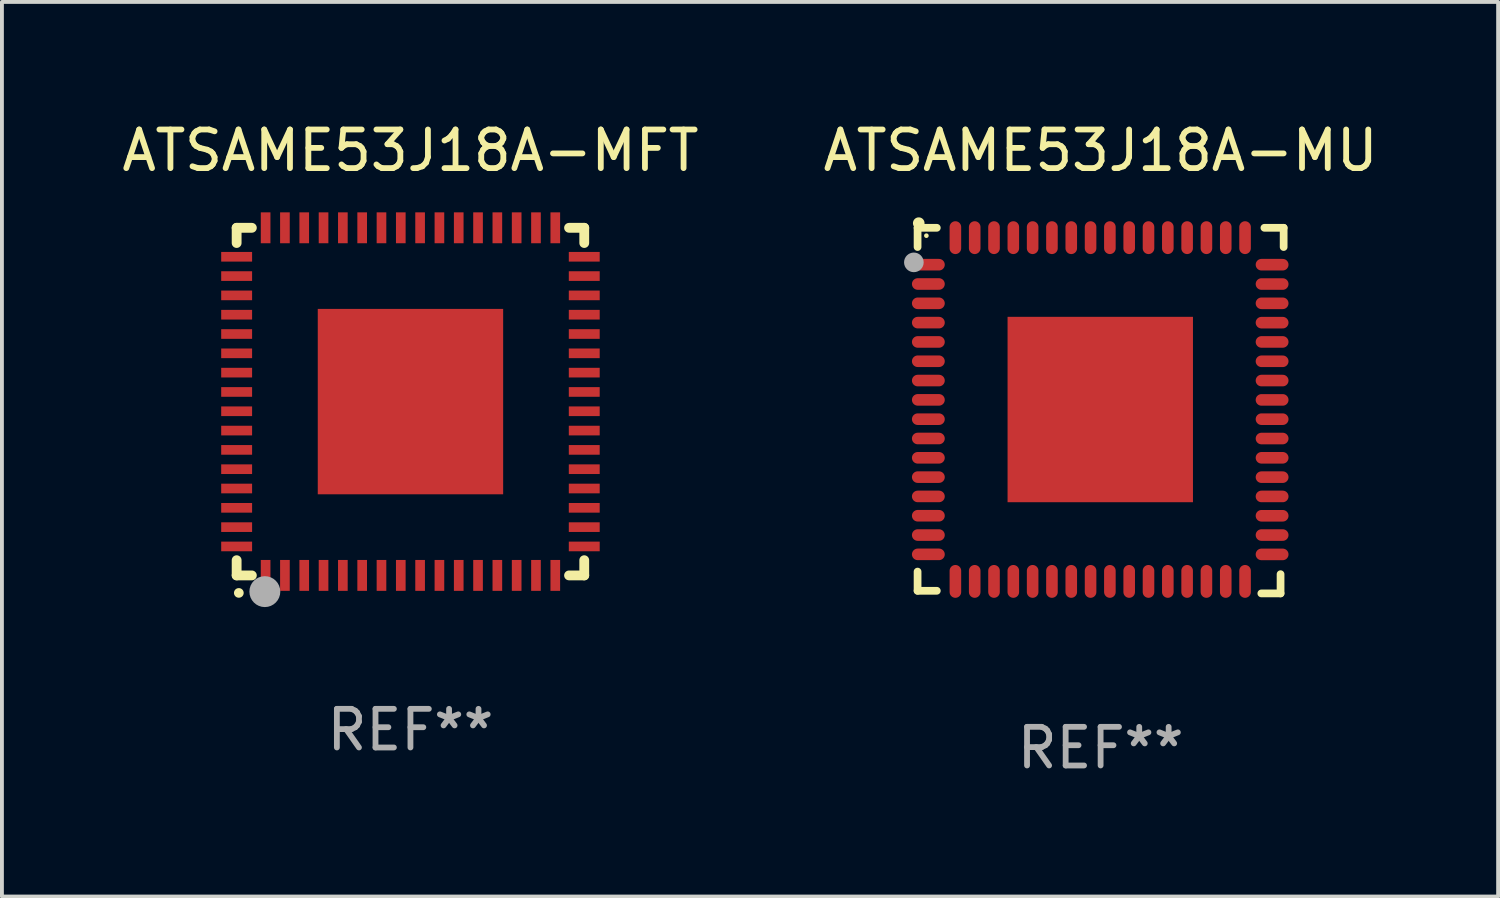
<source format=kicad_pcb>
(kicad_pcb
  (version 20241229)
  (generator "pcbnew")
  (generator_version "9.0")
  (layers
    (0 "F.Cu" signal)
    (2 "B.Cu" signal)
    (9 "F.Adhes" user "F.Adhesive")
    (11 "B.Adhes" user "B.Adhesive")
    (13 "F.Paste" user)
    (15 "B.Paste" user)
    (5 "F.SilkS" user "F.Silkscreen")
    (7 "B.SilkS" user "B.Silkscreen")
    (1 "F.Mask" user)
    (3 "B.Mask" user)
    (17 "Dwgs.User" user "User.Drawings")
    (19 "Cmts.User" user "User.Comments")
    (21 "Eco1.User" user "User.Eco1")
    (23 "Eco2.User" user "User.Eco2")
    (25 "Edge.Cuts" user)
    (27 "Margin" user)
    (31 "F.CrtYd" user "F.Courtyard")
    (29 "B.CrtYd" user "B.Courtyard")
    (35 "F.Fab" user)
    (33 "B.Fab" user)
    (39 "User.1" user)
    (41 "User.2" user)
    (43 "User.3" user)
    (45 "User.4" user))
  (footprint "ATSAME53J18A-MFT"
    (layer "F.Cu")
    (at 7.577 7.348)
    (property "Reference" "ATSAME53J18A-MFT" (at 0 -6.5 0) (layer "F.SilkS") (effects (font (size 1 1) (thickness 0.15))))
    (attr through_hole)
    (fp_line (start -4.5 -4.5) (end -4.106 -4.5) (stroke (width 0.254) (type solid)) (layer "F.SilkS"))
    (fp_line (start -4.5 -4.106) (end -4.5 -4.5) (stroke (width 0.254) (type solid)) (layer "F.SilkS"))
    (fp_line (start -4.5 4.5) (end -4.5 4.106) (stroke (width 0.254) (type solid)) (layer "F.SilkS"))
    (fp_line (start -4.106 4.5) (end -4.5 4.5) (stroke (width 0.254) (type solid)) (layer "F.SilkS"))
    (fp_line (start 4.106 -4.5) (end 4.5 -4.5) (stroke (width 0.254) (type solid)) (layer "F.SilkS"))
    (fp_line (start 4.5 -4.5) (end 4.5 -4.106) (stroke (width 0.254) (type solid)) (layer "F.SilkS"))
    (fp_line (start 4.5 4.106) (end 4.5 4.5) (stroke (width 0.254) (type solid)) (layer "F.SilkS"))
    (fp_line (start 4.5 4.5) (end 4.106 4.5) (stroke (width 0.254) (type solid)) (layer "F.SilkS"))
    (fp_arc (start -4.444945 4.953073) (mid -4.443675 4.953067) (end -4.442405 4.953073) (stroke (width 0.24892) (type solid)) (layer "F.SilkS"))
    (fp_circle (center -4.5 4.5) (end -4.47 4.5) (stroke (width 0.06) (type solid)) (fill no) (layer "F.SilkS"))
    (fp_circle (center -3.77 4.92) (end -3.57 4.92) (stroke (width 0.4) (type solid)) (fill no) (layer "F.Fab"))
    (fp_text user "REF**" (at 0 8.5 0) (layer "F.Fab") (effects (font (size 1 1) (thickness 0.15))))
    (pad "1" smd rect (at -3.75 4.5 90) (size 0.8 0.25) (layers "F.Cu" "F.Mask" "F.Paste"))
    (pad "2" smd rect (at -3.25 4.5 90) (size 0.8 0.25) (layers "F.Cu" "F.Mask" "F.Paste"))
    (pad "3" smd rect (at -2.75 4.5 90) (size 0.8 0.25) (layers "F.Cu" "F.Mask" "F.Paste"))
    (pad "4" smd rect (at -2.25 4.5 90) (size 0.8 0.25) (layers "F.Cu" "F.Mask" "F.Paste"))
    (pad "5" smd rect (at -1.75 4.5 90) (size 0.8 0.25) (layers "F.Cu" "F.Mask" "F.Paste"))
    (pad "6" smd rect (at -1.25 4.5 90) (size 0.8 0.25) (layers "F.Cu" "F.Mask" "F.Paste"))
    (pad "7" smd rect (at -0.75 4.5 90) (size 0.8 0.25) (layers "F.Cu" "F.Mask" "F.Paste"))
    (pad "8" smd rect (at -0.25 4.5 90) (size 0.8 0.25) (layers "F.Cu" "F.Mask" "F.Paste"))
    (pad "9" smd rect (at 0.25 4.5 90) (size 0.8 0.25) (layers "F.Cu" "F.Mask" "F.Paste"))
    (pad "10" smd rect (at 0.75 4.5 90) (size 0.8 0.25) (layers "F.Cu" "F.Mask" "F.Paste"))
    (pad "11" smd rect (at 1.25 4.5 90) (size 0.8 0.25) (layers "F.Cu" "F.Mask" "F.Paste"))
    (pad "12" smd rect (at 1.75 4.5 90) (size 0.8 0.25) (layers "F.Cu" "F.Mask" "F.Paste"))
    (pad "13" smd rect (at 2.25 4.5 90) (size 0.8 0.25) (layers "F.Cu" "F.Mask" "F.Paste"))
    (pad "14" smd rect (at 2.75 4.5 90) (size 0.8 0.25) (layers "F.Cu" "F.Mask" "F.Paste"))
    (pad "15" smd rect (at 3.25 4.5 90) (size 0.8 0.25) (layers "F.Cu" "F.Mask" "F.Paste"))
    (pad "16" smd rect (at 3.75 4.5 90) (size 0.8 0.25) (layers "F.Cu" "F.Mask" "F.Paste"))
    (pad "17" smd rect (at 4.5 3.75) (size 0.8 0.25) (layers "F.Cu" "F.Mask" "F.Paste"))
    (pad "18" smd rect (at 4.5 3.25) (size 0.8 0.25) (layers "F.Cu" "F.Mask" "F.Paste"))
    (pad "19" smd rect (at 4.5 2.75) (size 0.8 0.25) (layers "F.Cu" "F.Mask" "F.Paste"))
    (pad "20" smd rect (at 4.5 2.25) (size 0.8 0.25) (layers "F.Cu" "F.Mask" "F.Paste"))
    (pad "21" smd rect (at 4.5 1.75) (size 0.8 0.25) (layers "F.Cu" "F.Mask" "F.Paste"))
    (pad "22" smd rect (at 4.5 1.25) (size 0.8 0.25) (layers "F.Cu" "F.Mask" "F.Paste"))
    (pad "23" smd rect (at 4.5 0.75) (size 0.8 0.25) (layers "F.Cu" "F.Mask" "F.Paste"))
    (pad "24" smd rect (at 4.5 0.25) (size 0.8 0.25) (layers "F.Cu" "F.Mask" "F.Paste"))
    (pad "25" smd rect (at 4.5 -0.25) (size 0.8 0.25) (layers "F.Cu" "F.Mask" "F.Paste"))
    (pad "26" smd rect (at 4.5 -0.75) (size 0.8 0.25) (layers "F.Cu" "F.Mask" "F.Paste"))
    (pad "27" smd rect (at 4.5 -1.25) (size 0.8 0.25) (layers "F.Cu" "F.Mask" "F.Paste"))
    (pad "28" smd rect (at 4.5 -1.75) (size 0.8 0.25) (layers "F.Cu" "F.Mask" "F.Paste"))
    (pad "29" smd rect (at 4.5 -2.25) (size 0.8 0.25) (layers "F.Cu" "F.Mask" "F.Paste"))
    (pad "30" smd rect (at 4.5 -2.75) (size 0.8 0.25) (layers "F.Cu" "F.Mask" "F.Paste"))
    (pad "31" smd rect (at 4.5 -3.25) (size 0.8 0.25) (layers "F.Cu" "F.Mask" "F.Paste"))
    (pad "32" smd rect (at 4.5 -3.75) (size 0.8 0.25) (layers "F.Cu" "F.Mask" "F.Paste"))
    (pad "33" smd rect (at 3.75 -4.5 90) (size 0.8 0.25) (layers "F.Cu" "F.Mask" "F.Paste"))
    (pad "34" smd rect (at 3.25 -4.5 90) (size 0.8 0.25) (layers "F.Cu" "F.Mask" "F.Paste"))
    (pad "35" smd rect (at 2.75 -4.5 90) (size 0.8 0.25) (layers "F.Cu" "F.Mask" "F.Paste"))
    (pad "36" smd rect (at 2.25 -4.5 90) (size 0.8 0.25) (layers "F.Cu" "F.Mask" "F.Paste"))
    (pad "37" smd rect (at 1.75 -4.5 90) (size 0.8 0.25) (layers "F.Cu" "F.Mask" "F.Paste"))
    (pad "38" smd rect (at 1.25 -4.5 90) (size 0.8 0.25) (layers "F.Cu" "F.Mask" "F.Paste"))
    (pad "39" smd rect (at 0.75 -4.5 90) (size 0.8 0.25) (layers "F.Cu" "F.Mask" "F.Paste"))
    (pad "40" smd rect (at 0.25 -4.5 90) (size 0.8 0.25) (layers "F.Cu" "F.Mask" "F.Paste"))
    (pad "41" smd rect (at -0.25 -4.5 90) (size 0.8 0.25) (layers "F.Cu" "F.Mask" "F.Paste"))
    (pad "42" smd rect (at -0.75 -4.5 90) (size 0.8 0.25) (layers "F.Cu" "F.Mask" "F.Paste"))
    (pad "43" smd rect (at -1.25 -4.5 90) (size 0.8 0.25) (layers "F.Cu" "F.Mask" "F.Paste"))
    (pad "44" smd rect (at -1.75 -4.5 90) (size 0.8 0.25) (layers "F.Cu" "F.Mask" "F.Paste"))
    (pad "45" smd rect (at -2.25 -4.5 90) (size 0.8 0.25) (layers "F.Cu" "F.Mask" "F.Paste"))
    (pad "46" smd rect (at -2.75 -4.5 90) (size 0.8 0.25) (layers "F.Cu" "F.Mask" "F.Paste"))
    (pad "47" smd rect (at -3.25 -4.5 90) (size 0.8 0.25) (layers "F.Cu" "F.Mask" "F.Paste"))
    (pad "48" smd rect (at -3.75 -4.5 90) (size 0.8 0.25) (layers "F.Cu" "F.Mask" "F.Paste"))
    (pad "49" smd rect (at -4.5 -3.75) (size 0.8 0.25) (layers "F.Cu" "F.Mask" "F.Paste"))
    (pad "50" smd rect (at -4.5 -3.25) (size 0.8 0.25) (layers "F.Cu" "F.Mask" "F.Paste"))
    (pad "51" smd rect (at -4.5 -2.75) (size 0.8 0.25) (layers "F.Cu" "F.Mask" "F.Paste"))
    (pad "52" smd rect (at -4.5 -2.25) (size 0.8 0.25) (layers "F.Cu" "F.Mask" "F.Paste"))
    (pad "53" smd rect (at -4.5 -1.75) (size 0.8 0.25) (layers "F.Cu" "F.Mask" "F.Paste"))
    (pad "54" smd rect (at -4.5 -1.25) (size 0.8 0.25) (layers "F.Cu" "F.Mask" "F.Paste"))
    (pad "55" smd rect (at -4.5 -0.75) (size 0.8 0.25) (layers "F.Cu" "F.Mask" "F.Paste"))
    (pad "56" smd rect (at -4.5 -0.25) (size 0.8 0.25) (layers "F.Cu" "F.Mask" "F.Paste"))
    (pad "57" smd rect (at -4.5 0.25) (size 0.8 0.25) (layers "F.Cu" "F.Mask" "F.Paste"))
    (pad "58" smd rect (at -4.5 0.75) (size 0.8 0.25) (layers "F.Cu" "F.Mask" "F.Paste"))
    (pad "59" smd rect (at -4.5 1.25) (size 0.8 0.25) (layers "F.Cu" "F.Mask" "F.Paste"))
    (pad "60" smd rect (at -4.5 1.75) (size 0.8 0.25) (layers "F.Cu" "F.Mask" "F.Paste"))
    (pad "61" smd rect (at -4.5 2.25) (size 0.8 0.25) (layers "F.Cu" "F.Mask" "F.Paste"))
    (pad "62" smd rect (at -4.5 2.75) (size 0.8 0.25) (layers "F.Cu" "F.Mask" "F.Paste"))
    (pad "63" smd rect (at -4.5 3.25) (size 0.8 0.25) (layers "F.Cu" "F.Mask" "F.Paste"))
    (pad "64" smd rect (at -4.5 3.75) (size 0.8 0.25) (layers "F.Cu" "F.Mask" "F.Paste"))
    (pad "65" smd rect (at 0.000191 -0.000064) (size 4.8 4.8) (layers "F.Cu" "F.Mask" "F.Paste")))
  (footprint "ATSAME53J18A-MU"
    (layer "F.Cu")
    (at 25.446 7.581)
    (property "Reference" "ATSAME53J18A-MU" (at 0 -6.733 0) (layer "F.SilkS") (effects (font (size 1 1) (thickness 0.15))))
    (attr through_hole)
    (fp_line (start -4.739 -4.733) (end -4.241 -4.733) (stroke (width 0.2) (type solid)) (layer "F.SilkS"))
    (fp_line (start -4.739 -4.235) (end -4.739 -4.733) (stroke (width 0.2) (type solid)) (layer "F.SilkS"))
    (fp_line (start -4.739 4.168) (end -4.739 4.665) (stroke (width 0.2) (type solid)) (layer "F.SilkS"))
    (fp_line (start -4.739 4.665) (end -4.241 4.665) (stroke (width 0.2) (type solid)) (layer "F.SilkS"))
    (fp_line (start 4.161 4.733) (end 4.659 4.733) (stroke (width 0.2) (type solid)) (layer "F.SilkS"))
    (fp_line (start 4.241 -4.733) (end 4.739 -4.733) (stroke (width 0.2) (type solid)) (layer "F.SilkS"))
    (fp_line (start 4.659 4.733) (end 4.659 4.235) (stroke (width 0.2) (type solid)) (layer "F.SilkS"))
    (fp_line (start 4.739 -4.733) (end 4.739 -4.235) (stroke (width 0.2) (type solid)) (layer "F.SilkS"))
    (fp_arc (start -4.708623 -4.85108) (mid -4.708628 -4.85235) (end -4.708623 -4.85362) (stroke (width 0.3) (type solid)) (layer "F.SilkS"))
    (fp_circle (center -4.511 -4.529) (end -4.481 -4.529) (stroke (width 0.06) (type solid)) (fill no) (layer "F.SilkS"))
    (fp_circle (center -4.835 -3.838) (end -4.708 -3.838) (stroke (width 0.254) (type solid)) (fill no) (layer "F.Fab"))
    (fp_text user "REF**" (at 0 8.733 0) (layer "F.Fab") (effects (font (size 1 1) (thickness 0.15))))
    (pad "1" smd oval (at -4.46 -3.778) (size 0.85 0.3) (layers "F.Cu" "F.Mask" "F.Paste"))
    (pad "2" smd oval (at -4.46 -3.278) (size 0.85 0.3) (layers "F.Cu" "F.Mask" "F.Paste"))
    (pad "3" smd oval (at -4.46 -2.778) (size 0.85 0.3) (layers "F.Cu" "F.Mask" "F.Paste"))
    (pad "4" smd oval (at -4.46 -2.278) (size 0.85 0.3) (layers "F.Cu" "F.Mask" "F.Paste"))
    (pad "5" smd oval (at -4.46 -1.778) (size 0.85 0.3) (layers "F.Cu" "F.Mask" "F.Paste"))
    (pad "6" smd oval (at -4.46 -1.278) (size 0.85 0.3) (layers "F.Cu" "F.Mask" "F.Paste"))
    (pad "7" smd oval (at -4.46 -0.778) (size 0.85 0.3) (layers "F.Cu" "F.Mask" "F.Paste"))
    (pad "8" smd oval (at -4.46 -0.278) (size 0.85 0.3) (layers "F.Cu" "F.Mask" "F.Paste"))
    (pad "9" smd oval (at -4.46 0.222) (size 0.85 0.3) (layers "F.Cu" "F.Mask" "F.Paste"))
    (pad "10" smd oval (at -4.46 0.722) (size 0.85 0.3) (layers "F.Cu" "F.Mask" "F.Paste"))
    (pad "11" smd oval (at -4.46 1.222) (size 0.85 0.3) (layers "F.Cu" "F.Mask" "F.Paste"))
    (pad "12" smd oval (at -4.46 1.722) (size 0.85 0.3) (layers "F.Cu" "F.Mask" "F.Paste"))
    (pad "13" smd oval (at -4.46 2.222) (size 0.85 0.3) (layers "F.Cu" "F.Mask" "F.Paste"))
    (pad "14" smd oval (at -4.46 2.722) (size 0.85 0.3) (layers "F.Cu" "F.Mask" "F.Paste"))
    (pad "15" smd oval (at -4.46 3.222) (size 0.85 0.3) (layers "F.Cu" "F.Mask" "F.Paste"))
    (pad "16" smd oval (at -4.46 3.722) (size 0.85 0.3) (layers "F.Cu" "F.Mask" "F.Paste"))
    (pad "17" smd oval (at -3.76 4.422) (size 0.3 0.85) (layers "F.Cu" "F.Mask" "F.Paste"))
    (pad "18" smd oval (at -3.26 4.422) (size 0.3 0.85) (layers "F.Cu" "F.Mask" "F.Paste"))
    (pad "19" smd oval (at -2.76 4.422) (size 0.3 0.85) (layers "F.Cu" "F.Mask" "F.Paste"))
    (pad "20" smd oval (at -2.26 4.422) (size 0.3 0.85) (layers "F.Cu" "F.Mask" "F.Paste"))
    (pad "21" smd oval (at -1.76 4.422) (size 0.3 0.85) (layers "F.Cu" "F.Mask" "F.Paste"))
    (pad "22" smd oval (at -1.26 4.422) (size 0.3 0.85) (layers "F.Cu" "F.Mask" "F.Paste"))
    (pad "23" smd oval (at -0.76 4.422) (size 0.3 0.85) (layers "F.Cu" "F.Mask" "F.Paste"))
    (pad "24" smd oval (at -0.26 4.422) (size 0.3 0.85) (layers "F.Cu" "F.Mask" "F.Paste"))
    (pad "25" smd oval (at 0.24 4.422) (size 0.3 0.85) (layers "F.Cu" "F.Mask" "F.Paste"))
    (pad "26" smd oval (at 0.74 4.422) (size 0.3 0.85) (layers "F.Cu" "F.Mask" "F.Paste"))
    (pad "27" smd oval (at 1.24 4.422) (size 0.3 0.85) (layers "F.Cu" "F.Mask" "F.Paste"))
    (pad "28" smd oval (at 1.74 4.422) (size 0.3 0.85) (layers "F.Cu" "F.Mask" "F.Paste"))
    (pad "29" smd oval (at 2.24 4.422) (size 0.3 0.85) (layers "F.Cu" "F.Mask" "F.Paste"))
    (pad "30" smd oval (at 2.74 4.422) (size 0.3 0.85) (layers "F.Cu" "F.Mask" "F.Paste"))
    (pad "31" smd oval (at 3.24 4.422) (size 0.3 0.85) (layers "F.Cu" "F.Mask" "F.Paste"))
    (pad "32" smd oval (at 3.74 4.422) (size 0.3 0.85) (layers "F.Cu" "F.Mask" "F.Paste"))
    (pad "33" smd oval (at 4.44 3.723) (size 0.85 0.3) (layers "F.Cu" "F.Mask" "F.Paste"))
    (pad "34" smd oval (at 4.44 3.222) (size 0.85 0.3) (layers "F.Cu" "F.Mask" "F.Paste"))
    (pad "35" smd oval (at 4.44 2.723) (size 0.85 0.3) (layers "F.Cu" "F.Mask" "F.Paste"))
    (pad "36" smd oval (at 4.44 2.222) (size 0.85 0.3) (layers "F.Cu" "F.Mask" "F.Paste"))
    (pad "37" smd oval (at 4.44 1.723) (size 0.85 0.3) (layers "F.Cu" "F.Mask" "F.Paste"))
    (pad "38" smd oval (at 4.44 1.222) (size 0.85 0.3) (layers "F.Cu" "F.Mask" "F.Paste"))
    (pad "39" smd oval (at 4.44 0.723) (size 0.85 0.3) (layers "F.Cu" "F.Mask" "F.Paste"))
    (pad "40" smd oval (at 4.44 0.222) (size 0.85 0.3) (layers "F.Cu" "F.Mask" "F.Paste"))
    (pad "41" smd oval (at 4.44 -0.277) (size 0.85 0.3) (layers "F.Cu" "F.Mask" "F.Paste"))
    (pad "42" smd oval (at 4.44 -0.778) (size 0.85 0.3) (layers "F.Cu" "F.Mask" "F.Paste"))
    (pad "43" smd oval (at 4.44 -1.277) (size 0.85 0.3) (layers "F.Cu" "F.Mask" "F.Paste"))
    (pad "44" smd oval (at 4.44 -1.778) (size 0.85 0.3) (layers "F.Cu" "F.Mask" "F.Paste"))
    (pad "45" smd oval (at 4.44 -2.277) (size 0.85 0.3) (layers "F.Cu" "F.Mask" "F.Paste"))
    (pad "46" smd oval (at 4.44 -2.778) (size 0.85 0.3) (layers "F.Cu" "F.Mask" "F.Paste"))
    (pad "47" smd oval (at 4.44 -3.277) (size 0.85 0.3) (layers "F.Cu" "F.Mask" "F.Paste"))
    (pad "48" smd oval (at 4.44 -3.778) (size 0.85 0.3) (layers "F.Cu" "F.Mask" "F.Paste"))
    (pad "49" smd oval (at 3.74 -4.478) (size 0.3 0.85) (layers "F.Cu" "F.Mask" "F.Paste"))
    (pad "50" smd oval (at 3.24 -4.478) (size 0.3 0.85) (layers "F.Cu" "F.Mask" "F.Paste"))
    (pad "51" smd oval (at 2.74 -4.478) (size 0.3 0.85) (layers "F.Cu" "F.Mask" "F.Paste"))
    (pad "52" smd oval (at 2.24 -4.478) (size 0.3 0.85) (layers "F.Cu" "F.Mask" "F.Paste"))
    (pad "53" smd oval (at 1.74 -4.478) (size 0.3 0.85) (layers "F.Cu" "F.Mask" "F.Paste"))
    (pad "54" smd oval (at 1.24 -4.478) (size 0.3 0.85) (layers "F.Cu" "F.Mask" "F.Paste"))
    (pad "55" smd oval (at 0.74 -4.478) (size 0.3 0.85) (layers "F.Cu" "F.Mask" "F.Paste"))
    (pad "56" smd oval (at 0.24 -4.478) (size 0.3 0.85) (layers "F.Cu" "F.Mask" "F.Paste"))
    (pad "57" smd oval (at -0.26 -4.478) (size 0.3 0.85) (layers "F.Cu" "F.Mask" "F.Paste"))
    (pad "58" smd oval (at -0.76 -4.478) (size 0.3 0.85) (layers "F.Cu" "F.Mask" "F.Paste"))
    (pad "59" smd oval (at -1.26 -4.478) (size 0.3 0.85) (layers "F.Cu" "F.Mask" "F.Paste"))
    (pad "60" smd oval (at -1.76 -4.478) (size 0.3 0.85) (layers "F.Cu" "F.Mask" "F.Paste"))
    (pad "61" smd oval (at -2.26 -4.478) (size 0.3 0.85) (layers "F.Cu" "F.Mask" "F.Paste"))
    (pad "62" smd oval (at -2.76 -4.478) (size 0.3 0.85) (layers "F.Cu" "F.Mask" "F.Paste"))
    (pad "63" smd oval (at -3.26 -4.478) (size 0.3 0.85) (layers "F.Cu" "F.Mask" "F.Paste"))
    (pad "64" smd oval (at -3.76 -4.478) (size 0.3 0.85) (layers "F.Cu" "F.Mask" "F.Paste"))
    (pad "65" smd rect (at -0.009 -0.028 90) (size 4.8 4.8) (layers "F.Cu" "F.Mask" "F.Paste")))
  (gr_rect
    (start -3 -3)
    (end 35.738 20.162)
    (stroke (width 0.1) (type default))
    (fill no)
    (layer "Edge.Cuts")))
</source>
